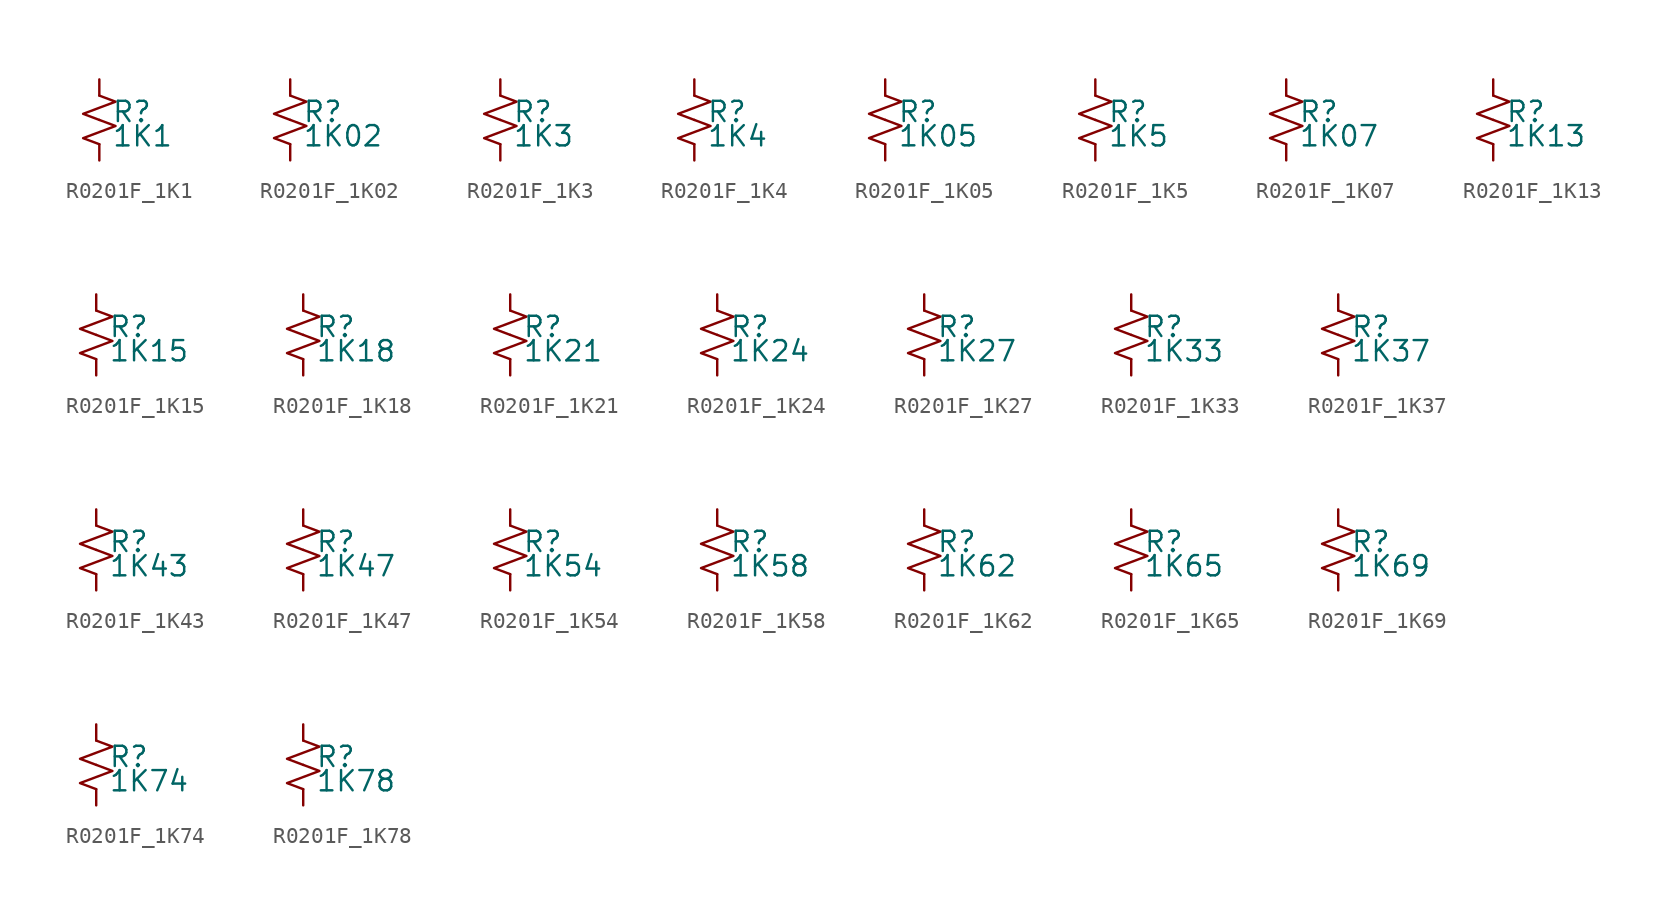
<source format=kicad_sym>
(kicad_symbol_lib
  (version 20220914)
  (generator kicad_symbol_editor)
  (symbol "R0201F_1K1"
    (pin_numbers hide)
    (pin_names
      (offset 0.254) hide)
    (property "Reference" "R"
      (at 0.762 0.508 0)
      (effects (font (size 1.27 1.27)) (justify left)))
    (property "Value" "1K1"
      (at 0.762 -1.016 0)
      (effects (font (size 1.27 1.27)) (justify left)))
    (symbol "R0201F_1K1_1_1"
      (polyline (pts (xy 0 0) (xy 1.016 -0.381) (xy 0 -0.762) (xy -1.016 -1.143) (xy 0 -1.524)) (stroke (width 0) (type default)) (fill (type none)))
      (polyline (pts (xy 0 1.524) (xy 1.016 1.143) (xy 0 0.762) (xy -1.016 0.381) (xy 0 0)) (stroke (width 0) (type default)) (fill (type none)))
      (pin passive line (at 0 2.54 270) (length 1.016) (name "~" (effects (font (size 1.27 1.27)))) (number "1" (effects (font (size 1.27 1.27)))))
      (pin passive line (at 0 -2.54 90) (length 1.016) (name "~" (effects (font (size 1.27 1.27)))) (number "2" (effects (font (size 1.27 1.27)))))))
  (symbol "R0201F_1K02"
    (pin_numbers hide)
    (pin_names
      (offset 0.254) hide)
    (property "Reference" "R"
      (at 0.762 0.508 0)
      (effects (font (size 1.27 1.27)) (justify left)))
    (property "Value" "1K02"
      (at 0.762 -1.016 0)
      (effects (font (size 1.27 1.27)) (justify left)))
    (symbol "R0201F_1K02_1_1"
      (polyline (pts (xy 0 0) (xy 1.016 -0.381) (xy 0 -0.762) (xy -1.016 -1.143) (xy 0 -1.524)) (stroke (width 0) (type default)) (fill (type none)))
      (polyline (pts (xy 0 1.524) (xy 1.016 1.143) (xy 0 0.762) (xy -1.016 0.381) (xy 0 0)) (stroke (width 0) (type default)) (fill (type none)))
      (pin passive line (at 0 2.54 270) (length 1.016) (name "~" (effects (font (size 1.27 1.27)))) (number "1" (effects (font (size 1.27 1.27)))))
      (pin passive line (at 0 -2.54 90) (length 1.016) (name "~" (effects (font (size 1.27 1.27)))) (number "2" (effects (font (size 1.27 1.27)))))))
  (symbol "R0201F_1K3"
    (pin_numbers hide)
    (pin_names
      (offset 0.254) hide)
    (property "Reference" "R"
      (at 0.762 0.508 0)
      (effects (font (size 1.27 1.27)) (justify left)))
    (property "Value" "1K3"
      (at 0.762 -1.016 0)
      (effects (font (size 1.27 1.27)) (justify left)))
    (symbol "R0201F_1K3_1_1"
      (polyline (pts (xy 0 0) (xy 1.016 -0.381) (xy 0 -0.762) (xy -1.016 -1.143) (xy 0 -1.524)) (stroke (width 0) (type default)) (fill (type none)))
      (polyline (pts (xy 0 1.524) (xy 1.016 1.143) (xy 0 0.762) (xy -1.016 0.381) (xy 0 0)) (stroke (width 0) (type default)) (fill (type none)))
      (pin passive line (at 0 2.54 270) (length 1.016) (name "~" (effects (font (size 1.27 1.27)))) (number "1" (effects (font (size 1.27 1.27)))))
      (pin passive line (at 0 -2.54 90) (length 1.016) (name "~" (effects (font (size 1.27 1.27)))) (number "2" (effects (font (size 1.27 1.27)))))))
  (symbol "R0201F_1K4"
    (pin_numbers hide)
    (pin_names
      (offset 0.254) hide)
    (property "Reference" "R"
      (at 0.762 0.508 0)
      (effects (font (size 1.27 1.27)) (justify left)))
    (property "Value" "1K4"
      (at 0.762 -1.016 0)
      (effects (font (size 1.27 1.27)) (justify left)))
    (symbol "R0201F_1K4_1_1"
      (polyline (pts (xy 0 0) (xy 1.016 -0.381) (xy 0 -0.762) (xy -1.016 -1.143) (xy 0 -1.524)) (stroke (width 0) (type default)) (fill (type none)))
      (polyline (pts (xy 0 1.524) (xy 1.016 1.143) (xy 0 0.762) (xy -1.016 0.381) (xy 0 0)) (stroke (width 0) (type default)) (fill (type none)))
      (pin passive line (at 0 2.54 270) (length 1.016) (name "~" (effects (font (size 1.27 1.27)))) (number "1" (effects (font (size 1.27 1.27)))))
      (pin passive line (at 0 -2.54 90) (length 1.016) (name "~" (effects (font (size 1.27 1.27)))) (number "2" (effects (font (size 1.27 1.27)))))))
  (symbol "R0201F_1K05"
    (pin_numbers hide)
    (pin_names
      (offset 0.254) hide)
    (property "Reference" "R"
      (at 0.762 0.508 0)
      (effects (font (size 1.27 1.27)) (justify left)))
    (property "Value" "1K05"
      (at 0.762 -1.016 0)
      (effects (font (size 1.27 1.27)) (justify left)))
    (symbol "R0201F_1K05_1_1"
      (polyline (pts (xy 0 0) (xy 1.016 -0.381) (xy 0 -0.762) (xy -1.016 -1.143) (xy 0 -1.524)) (stroke (width 0) (type default)) (fill (type none)))
      (polyline (pts (xy 0 1.524) (xy 1.016 1.143) (xy 0 0.762) (xy -1.016 0.381) (xy 0 0)) (stroke (width 0) (type default)) (fill (type none)))
      (pin passive line (at 0 2.54 270) (length 1.016) (name "~" (effects (font (size 1.27 1.27)))) (number "1" (effects (font (size 1.27 1.27)))))
      (pin passive line (at 0 -2.54 90) (length 1.016) (name "~" (effects (font (size 1.27 1.27)))) (number "2" (effects (font (size 1.27 1.27)))))))
  (symbol "R0201F_1K5"
    (pin_numbers hide)
    (pin_names
      (offset 0.254) hide)
    (property "Reference" "R"
      (at 0.762 0.508 0)
      (effects (font (size 1.27 1.27)) (justify left)))
    (property "Value" "1K5"
      (at 0.762 -1.016 0)
      (effects (font (size 1.27 1.27)) (justify left)))
    (symbol "R0201F_1K5_1_1"
      (polyline (pts (xy 0 0) (xy 1.016 -0.381) (xy 0 -0.762) (xy -1.016 -1.143) (xy 0 -1.524)) (stroke (width 0) (type default)) (fill (type none)))
      (polyline (pts (xy 0 1.524) (xy 1.016 1.143) (xy 0 0.762) (xy -1.016 0.381) (xy 0 0)) (stroke (width 0) (type default)) (fill (type none)))
      (pin passive line (at 0 2.54 270) (length 1.016) (name "~" (effects (font (size 1.27 1.27)))) (number "1" (effects (font (size 1.27 1.27)))))
      (pin passive line (at 0 -2.54 90) (length 1.016) (name "~" (effects (font (size 1.27 1.27)))) (number "2" (effects (font (size 1.27 1.27)))))))
  (symbol "R0201F_1K07"
    (pin_numbers hide)
    (pin_names
      (offset 0.254) hide)
    (property "Reference" "R"
      (at 0.762 0.508 0)
      (effects (font (size 1.27 1.27)) (justify left)))
    (property "Value" "1K07"
      (at 0.762 -1.016 0)
      (effects (font (size 1.27 1.27)) (justify left)))
    (symbol "R0201F_1K07_1_1"
      (polyline (pts (xy 0 0) (xy 1.016 -0.381) (xy 0 -0.762) (xy -1.016 -1.143) (xy 0 -1.524)) (stroke (width 0) (type default)) (fill (type none)))
      (polyline (pts (xy 0 1.524) (xy 1.016 1.143) (xy 0 0.762) (xy -1.016 0.381) (xy 0 0)) (stroke (width 0) (type default)) (fill (type none)))
      (pin passive line (at 0 2.54 270) (length 1.016) (name "~" (effects (font (size 1.27 1.27)))) (number "1" (effects (font (size 1.27 1.27)))))
      (pin passive line (at 0 -2.54 90) (length 1.016) (name "~" (effects (font (size 1.27 1.27)))) (number "2" (effects (font (size 1.27 1.27)))))))
  (symbol "R0201F_1K13"
    (pin_numbers hide)
    (pin_names
      (offset 0.254) hide)
    (property "Reference" "R"
      (at 0.762 0.508 0)
      (effects (font (size 1.27 1.27)) (justify left)))
    (property "Value" "1K13"
      (at 0.762 -1.016 0)
      (effects (font (size 1.27 1.27)) (justify left)))
    (symbol "R0201F_1K13_1_1"
      (polyline (pts (xy 0 0) (xy 1.016 -0.381) (xy 0 -0.762) (xy -1.016 -1.143) (xy 0 -1.524)) (stroke (width 0) (type default)) (fill (type none)))
      (polyline (pts (xy 0 1.524) (xy 1.016 1.143) (xy 0 0.762) (xy -1.016 0.381) (xy 0 0)) (stroke (width 0) (type default)) (fill (type none)))
      (pin passive line (at 0 2.54 270) (length 1.016) (name "~" (effects (font (size 1.27 1.27)))) (number "1" (effects (font (size 1.27 1.27)))))
      (pin passive line (at 0 -2.54 90) (length 1.016) (name "~" (effects (font (size 1.27 1.27)))) (number "2" (effects (font (size 1.27 1.27)))))))
  (symbol "R0201F_1K15"
    (pin_numbers hide)
    (pin_names
      (offset 0.254) hide)
    (property "Reference" "R"
      (at 0.762 0.508 0)
      (effects (font (size 1.27 1.27)) (justify left)))
    (property "Value" "1K15"
      (at 0.762 -1.016 0)
      (effects (font (size 1.27 1.27)) (justify left)))
    (symbol "R0201F_1K15_1_1"
      (polyline (pts (xy 0 0) (xy 1.016 -0.381) (xy 0 -0.762) (xy -1.016 -1.143) (xy 0 -1.524)) (stroke (width 0) (type default)) (fill (type none)))
      (polyline (pts (xy 0 1.524) (xy 1.016 1.143) (xy 0 0.762) (xy -1.016 0.381) (xy 0 0)) (stroke (width 0) (type default)) (fill (type none)))
      (pin passive line (at 0 2.54 270) (length 1.016) (name "~" (effects (font (size 1.27 1.27)))) (number "1" (effects (font (size 1.27 1.27)))))
      (pin passive line (at 0 -2.54 90) (length 1.016) (name "~" (effects (font (size 1.27 1.27)))) (number "2" (effects (font (size 1.27 1.27)))))))
  (symbol "R0201F_1K18"
    (pin_numbers hide)
    (pin_names
      (offset 0.254) hide)
    (property "Reference" "R"
      (at 0.762 0.508 0)
      (effects (font (size 1.27 1.27)) (justify left)))
    (property "Value" "1K18"
      (at 0.762 -1.016 0)
      (effects (font (size 1.27 1.27)) (justify left)))
    (symbol "R0201F_1K18_1_1"
      (polyline (pts (xy 0 0) (xy 1.016 -0.381) (xy 0 -0.762) (xy -1.016 -1.143) (xy 0 -1.524)) (stroke (width 0) (type default)) (fill (type none)))
      (polyline (pts (xy 0 1.524) (xy 1.016 1.143) (xy 0 0.762) (xy -1.016 0.381) (xy 0 0)) (stroke (width 0) (type default)) (fill (type none)))
      (pin passive line (at 0 2.54 270) (length 1.016) (name "~" (effects (font (size 1.27 1.27)))) (number "1" (effects (font (size 1.27 1.27)))))
      (pin passive line (at 0 -2.54 90) (length 1.016) (name "~" (effects (font (size 1.27 1.27)))) (number "2" (effects (font (size 1.27 1.27)))))))
  (symbol "R0201F_1K21"
    (pin_numbers hide)
    (pin_names
      (offset 0.254) hide)
    (property "Reference" "R"
      (at 0.762 0.508 0)
      (effects (font (size 1.27 1.27)) (justify left)))
    (property "Value" "1K21"
      (at 0.762 -1.016 0)
      (effects (font (size 1.27 1.27)) (justify left)))
    (symbol "R0201F_1K21_1_1"
      (polyline (pts (xy 0 0) (xy 1.016 -0.381) (xy 0 -0.762) (xy -1.016 -1.143) (xy 0 -1.524)) (stroke (width 0) (type default)) (fill (type none)))
      (polyline (pts (xy 0 1.524) (xy 1.016 1.143) (xy 0 0.762) (xy -1.016 0.381) (xy 0 0)) (stroke (width 0) (type default)) (fill (type none)))
      (pin passive line (at 0 2.54 270) (length 1.016) (name "~" (effects (font (size 1.27 1.27)))) (number "1" (effects (font (size 1.27 1.27)))))
      (pin passive line (at 0 -2.54 90) (length 1.016) (name "~" (effects (font (size 1.27 1.27)))) (number "2" (effects (font (size 1.27 1.27)))))))
  (symbol "R0201F_1K24"
    (pin_numbers hide)
    (pin_names
      (offset 0.254) hide)
    (property "Reference" "R"
      (at 0.762 0.508 0)
      (effects (font (size 1.27 1.27)) (justify left)))
    (property "Value" "1K24"
      (at 0.762 -1.016 0)
      (effects (font (size 1.27 1.27)) (justify left)))
    (symbol "R0201F_1K24_1_1"
      (polyline (pts (xy 0 0) (xy 1.016 -0.381) (xy 0 -0.762) (xy -1.016 -1.143) (xy 0 -1.524)) (stroke (width 0) (type default)) (fill (type none)))
      (polyline (pts (xy 0 1.524) (xy 1.016 1.143) (xy 0 0.762) (xy -1.016 0.381) (xy 0 0)) (stroke (width 0) (type default)) (fill (type none)))
      (pin passive line (at 0 2.54 270) (length 1.016) (name "~" (effects (font (size 1.27 1.27)))) (number "1" (effects (font (size 1.27 1.27)))))
      (pin passive line (at 0 -2.54 90) (length 1.016) (name "~" (effects (font (size 1.27 1.27)))) (number "2" (effects (font (size 1.27 1.27)))))))
  (symbol "R0201F_1K27"
    (pin_numbers hide)
    (pin_names
      (offset 0.254) hide)
    (property "Reference" "R"
      (at 0.762 0.508 0)
      (effects (font (size 1.27 1.27)) (justify left)))
    (property "Value" "1K27"
      (at 0.762 -1.016 0)
      (effects (font (size 1.27 1.27)) (justify left)))
    (symbol "R0201F_1K27_1_1"
      (polyline (pts (xy 0 0) (xy 1.016 -0.381) (xy 0 -0.762) (xy -1.016 -1.143) (xy 0 -1.524)) (stroke (width 0) (type default)) (fill (type none)))
      (polyline (pts (xy 0 1.524) (xy 1.016 1.143) (xy 0 0.762) (xy -1.016 0.381) (xy 0 0)) (stroke (width 0) (type default)) (fill (type none)))
      (pin passive line (at 0 2.54 270) (length 1.016) (name "~" (effects (font (size 1.27 1.27)))) (number "1" (effects (font (size 1.27 1.27)))))
      (pin passive line (at 0 -2.54 90) (length 1.016) (name "~" (effects (font (size 1.27 1.27)))) (number "2" (effects (font (size 1.27 1.27)))))))
  (symbol "R0201F_1K33"
    (pin_numbers hide)
    (pin_names
      (offset 0.254) hide)
    (property "Reference" "R"
      (at 0.762 0.508 0)
      (effects (font (size 1.27 1.27)) (justify left)))
    (property "Value" "1K33"
      (at 0.762 -1.016 0)
      (effects (font (size 1.27 1.27)) (justify left)))
    (symbol "R0201F_1K33_1_1"
      (polyline (pts (xy 0 0) (xy 1.016 -0.381) (xy 0 -0.762) (xy -1.016 -1.143) (xy 0 -1.524)) (stroke (width 0) (type default)) (fill (type none)))
      (polyline (pts (xy 0 1.524) (xy 1.016 1.143) (xy 0 0.762) (xy -1.016 0.381) (xy 0 0)) (stroke (width 0) (type default)) (fill (type none)))
      (pin passive line (at 0 2.54 270) (length 1.016) (name "~" (effects (font (size 1.27 1.27)))) (number "1" (effects (font (size 1.27 1.27)))))
      (pin passive line (at 0 -2.54 90) (length 1.016) (name "~" (effects (font (size 1.27 1.27)))) (number "2" (effects (font (size 1.27 1.27)))))))
  (symbol "R0201F_1K37"
    (pin_numbers hide)
    (pin_names
      (offset 0.254) hide)
    (property "Reference" "R"
      (at 0.762 0.508 0)
      (effects (font (size 1.27 1.27)) (justify left)))
    (property "Value" "1K37"
      (at 0.762 -1.016 0)
      (effects (font (size 1.27 1.27)) (justify left)))
    (symbol "R0201F_1K37_1_1"
      (polyline (pts (xy 0 0) (xy 1.016 -0.381) (xy 0 -0.762) (xy -1.016 -1.143) (xy 0 -1.524)) (stroke (width 0) (type default)) (fill (type none)))
      (polyline (pts (xy 0 1.524) (xy 1.016 1.143) (xy 0 0.762) (xy -1.016 0.381) (xy 0 0)) (stroke (width 0) (type default)) (fill (type none)))
      (pin passive line (at 0 2.54 270) (length 1.016) (name "~" (effects (font (size 1.27 1.27)))) (number "1" (effects (font (size 1.27 1.27)))))
      (pin passive line (at 0 -2.54 90) (length 1.016) (name "~" (effects (font (size 1.27 1.27)))) (number "2" (effects (font (size 1.27 1.27)))))))
  (symbol "R0201F_1K43"
    (pin_numbers hide)
    (pin_names
      (offset 0.254) hide)
    (property "Reference" "R"
      (at 0.762 0.508 0)
      (effects (font (size 1.27 1.27)) (justify left)))
    (property "Value" "1K43"
      (at 0.762 -1.016 0)
      (effects (font (size 1.27 1.27)) (justify left)))
    (symbol "R0201F_1K43_1_1"
      (polyline (pts (xy 0 0) (xy 1.016 -0.381) (xy 0 -0.762) (xy -1.016 -1.143) (xy 0 -1.524)) (stroke (width 0) (type default)) (fill (type none)))
      (polyline (pts (xy 0 1.524) (xy 1.016 1.143) (xy 0 0.762) (xy -1.016 0.381) (xy 0 0)) (stroke (width 0) (type default)) (fill (type none)))
      (pin passive line (at 0 2.54 270) (length 1.016) (name "~" (effects (font (size 1.27 1.27)))) (number "1" (effects (font (size 1.27 1.27)))))
      (pin passive line (at 0 -2.54 90) (length 1.016) (name "~" (effects (font (size 1.27 1.27)))) (number "2" (effects (font (size 1.27 1.27)))))))
  (symbol "R0201F_1K47"
    (pin_numbers hide)
    (pin_names
      (offset 0.254) hide)
    (property "Reference" "R"
      (at 0.762 0.508 0)
      (effects (font (size 1.27 1.27)) (justify left)))
    (property "Value" "1K47"
      (at 0.762 -1.016 0)
      (effects (font (size 1.27 1.27)) (justify left)))
    (symbol "R0201F_1K47_1_1"
      (polyline (pts (xy 0 0) (xy 1.016 -0.381) (xy 0 -0.762) (xy -1.016 -1.143) (xy 0 -1.524)) (stroke (width 0) (type default)) (fill (type none)))
      (polyline (pts (xy 0 1.524) (xy 1.016 1.143) (xy 0 0.762) (xy -1.016 0.381) (xy 0 0)) (stroke (width 0) (type default)) (fill (type none)))
      (pin passive line (at 0 2.54 270) (length 1.016) (name "~" (effects (font (size 1.27 1.27)))) (number "1" (effects (font (size 1.27 1.27)))))
      (pin passive line (at 0 -2.54 90) (length 1.016) (name "~" (effects (font (size 1.27 1.27)))) (number "2" (effects (font (size 1.27 1.27)))))))
  (symbol "R0201F_1K54"
    (pin_numbers hide)
    (pin_names
      (offset 0.254) hide)
    (property "Reference" "R"
      (at 0.762 0.508 0)
      (effects (font (size 1.27 1.27)) (justify left)))
    (property "Value" "1K54"
      (at 0.762 -1.016 0)
      (effects (font (size 1.27 1.27)) (justify left)))
    (symbol "R0201F_1K54_1_1"
      (polyline (pts (xy 0 0) (xy 1.016 -0.381) (xy 0 -0.762) (xy -1.016 -1.143) (xy 0 -1.524)) (stroke (width 0) (type default)) (fill (type none)))
      (polyline (pts (xy 0 1.524) (xy 1.016 1.143) (xy 0 0.762) (xy -1.016 0.381) (xy 0 0)) (stroke (width 0) (type default)) (fill (type none)))
      (pin passive line (at 0 2.54 270) (length 1.016) (name "~" (effects (font (size 1.27 1.27)))) (number "1" (effects (font (size 1.27 1.27)))))
      (pin passive line (at 0 -2.54 90) (length 1.016) (name "~" (effects (font (size 1.27 1.27)))) (number "2" (effects (font (size 1.27 1.27)))))))
  (symbol "R0201F_1K58"
    (pin_numbers hide)
    (pin_names
      (offset 0.254) hide)
    (property "Reference" "R"
      (at 0.762 0.508 0)
      (effects (font (size 1.27 1.27)) (justify left)))
    (property "Value" "1K58"
      (at 0.762 -1.016 0)
      (effects (font (size 1.27 1.27)) (justify left)))
    (symbol "R0201F_1K58_1_1"
      (polyline (pts (xy 0 0) (xy 1.016 -0.381) (xy 0 -0.762) (xy -1.016 -1.143) (xy 0 -1.524)) (stroke (width 0) (type default)) (fill (type none)))
      (polyline (pts (xy 0 1.524) (xy 1.016 1.143) (xy 0 0.762) (xy -1.016 0.381) (xy 0 0)) (stroke (width 0) (type default)) (fill (type none)))
      (pin passive line (at 0 2.54 270) (length 1.016) (name "~" (effects (font (size 1.27 1.27)))) (number "1" (effects (font (size 1.27 1.27)))))
      (pin passive line (at 0 -2.54 90) (length 1.016) (name "~" (effects (font (size 1.27 1.27)))) (number "2" (effects (font (size 1.27 1.27)))))))
  (symbol "R0201F_1K62"
    (pin_numbers hide)
    (pin_names
      (offset 0.254) hide)
    (property "Reference" "R"
      (at 0.762 0.508 0)
      (effects (font (size 1.27 1.27)) (justify left)))
    (property "Value" "1K62"
      (at 0.762 -1.016 0)
      (effects (font (size 1.27 1.27)) (justify left)))
    (symbol "R0201F_1K62_1_1"
      (polyline (pts (xy 0 0) (xy 1.016 -0.381) (xy 0 -0.762) (xy -1.016 -1.143) (xy 0 -1.524)) (stroke (width 0) (type default)) (fill (type none)))
      (polyline (pts (xy 0 1.524) (xy 1.016 1.143) (xy 0 0.762) (xy -1.016 0.381) (xy 0 0)) (stroke (width 0) (type default)) (fill (type none)))
      (pin passive line (at 0 2.54 270) (length 1.016) (name "~" (effects (font (size 1.27 1.27)))) (number "1" (effects (font (size 1.27 1.27)))))
      (pin passive line (at 0 -2.54 90) (length 1.016) (name "~" (effects (font (size 1.27 1.27)))) (number "2" (effects (font (size 1.27 1.27)))))))
  (symbol "R0201F_1K65"
    (pin_numbers hide)
    (pin_names
      (offset 0.254) hide)
    (property "Reference" "R"
      (at 0.762 0.508 0)
      (effects (font (size 1.27 1.27)) (justify left)))
    (property "Value" "1K65"
      (at 0.762 -1.016 0)
      (effects (font (size 1.27 1.27)) (justify left)))
    (symbol "R0201F_1K65_1_1"
      (polyline (pts (xy 0 0) (xy 1.016 -0.381) (xy 0 -0.762) (xy -1.016 -1.143) (xy 0 -1.524)) (stroke (width 0) (type default)) (fill (type none)))
      (polyline (pts (xy 0 1.524) (xy 1.016 1.143) (xy 0 0.762) (xy -1.016 0.381) (xy 0 0)) (stroke (width 0) (type default)) (fill (type none)))
      (pin passive line (at 0 2.54 270) (length 1.016) (name "~" (effects (font (size 1.27 1.27)))) (number "1" (effects (font (size 1.27 1.27)))))
      (pin passive line (at 0 -2.54 90) (length 1.016) (name "~" (effects (font (size 1.27 1.27)))) (number "2" (effects (font (size 1.27 1.27)))))))
  (symbol "R0201F_1K69"
    (pin_numbers hide)
    (pin_names
      (offset 0.254) hide)
    (property "Reference" "R"
      (at 0.762 0.508 0)
      (effects (font (size 1.27 1.27)) (justify left)))
    (property "Value" "1K69"
      (at 0.762 -1.016 0)
      (effects (font (size 1.27 1.27)) (justify left)))
    (symbol "R0201F_1K69_1_1"
      (polyline (pts (xy 0 0) (xy 1.016 -0.381) (xy 0 -0.762) (xy -1.016 -1.143) (xy 0 -1.524)) (stroke (width 0) (type default)) (fill (type none)))
      (polyline (pts (xy 0 1.524) (xy 1.016 1.143) (xy 0 0.762) (xy -1.016 0.381) (xy 0 0)) (stroke (width 0) (type default)) (fill (type none)))
      (pin passive line (at 0 2.54 270) (length 1.016) (name "~" (effects (font (size 1.27 1.27)))) (number "1" (effects (font (size 1.27 1.27)))))
      (pin passive line (at 0 -2.54 90) (length 1.016) (name "~" (effects (font (size 1.27 1.27)))) (number "2" (effects (font (size 1.27 1.27)))))))
  (symbol "R0201F_1K74"
    (pin_numbers hide)
    (pin_names
      (offset 0.254) hide)
    (property "Reference" "R"
      (at 0.762 0.508 0)
      (effects (font (size 1.27 1.27)) (justify left)))
    (property "Value" "1K74"
      (at 0.762 -1.016 0)
      (effects (font (size 1.27 1.27)) (justify left)))
    (symbol "R0201F_1K74_1_1"
      (polyline (pts (xy 0 0) (xy 1.016 -0.381) (xy 0 -0.762) (xy -1.016 -1.143) (xy 0 -1.524)) (stroke (width 0) (type default)) (fill (type none)))
      (polyline (pts (xy 0 1.524) (xy 1.016 1.143) (xy 0 0.762) (xy -1.016 0.381) (xy 0 0)) (stroke (width 0) (type default)) (fill (type none)))
      (pin passive line (at 0 2.54 270) (length 1.016) (name "~" (effects (font (size 1.27 1.27)))) (number "1" (effects (font (size 1.27 1.27)))))
      (pin passive line (at 0 -2.54 90) (length 1.016) (name "~" (effects (font (size 1.27 1.27)))) (number "2" (effects (font (size 1.27 1.27)))))))
  (symbol "R0201F_1K78"
    (pin_numbers hide)
    (pin_names
      (offset 0.254) hide)
    (property "Reference" "R"
      (at 0.762 0.508 0)
      (effects (font (size 1.27 1.27)) (justify left)))
    (property "Value" "1K78"
      (at 0.762 -1.016 0)
      (effects (font (size 1.27 1.27)) (justify left)))
    (symbol "R0201F_1K78_1_1"
      (polyline (pts (xy 0 0) (xy 1.016 -0.381) (xy 0 -0.762) (xy -1.016 -1.143) (xy 0 -1.524)) (stroke (width 0) (type default)) (fill (type none)))
      (polyline (pts (xy 0 1.524) (xy 1.016 1.143) (xy 0 0.762) (xy -1.016 0.381) (xy 0 0)) (stroke (width 0) (type default)) (fill (type none)))
      (pin passive line (at 0 2.54 270) (length 1.016) (name "~" (effects (font (size 1.27 1.27)))) (number "1" (effects (font (size 1.27 1.27)))))
      (pin passive line (at 0 -2.54 90) (length 1.016) (name "~" (effects (font (size 1.27 1.27)))) (number "2" (effects (font (size 1.27 1.27))))))))
</source>
